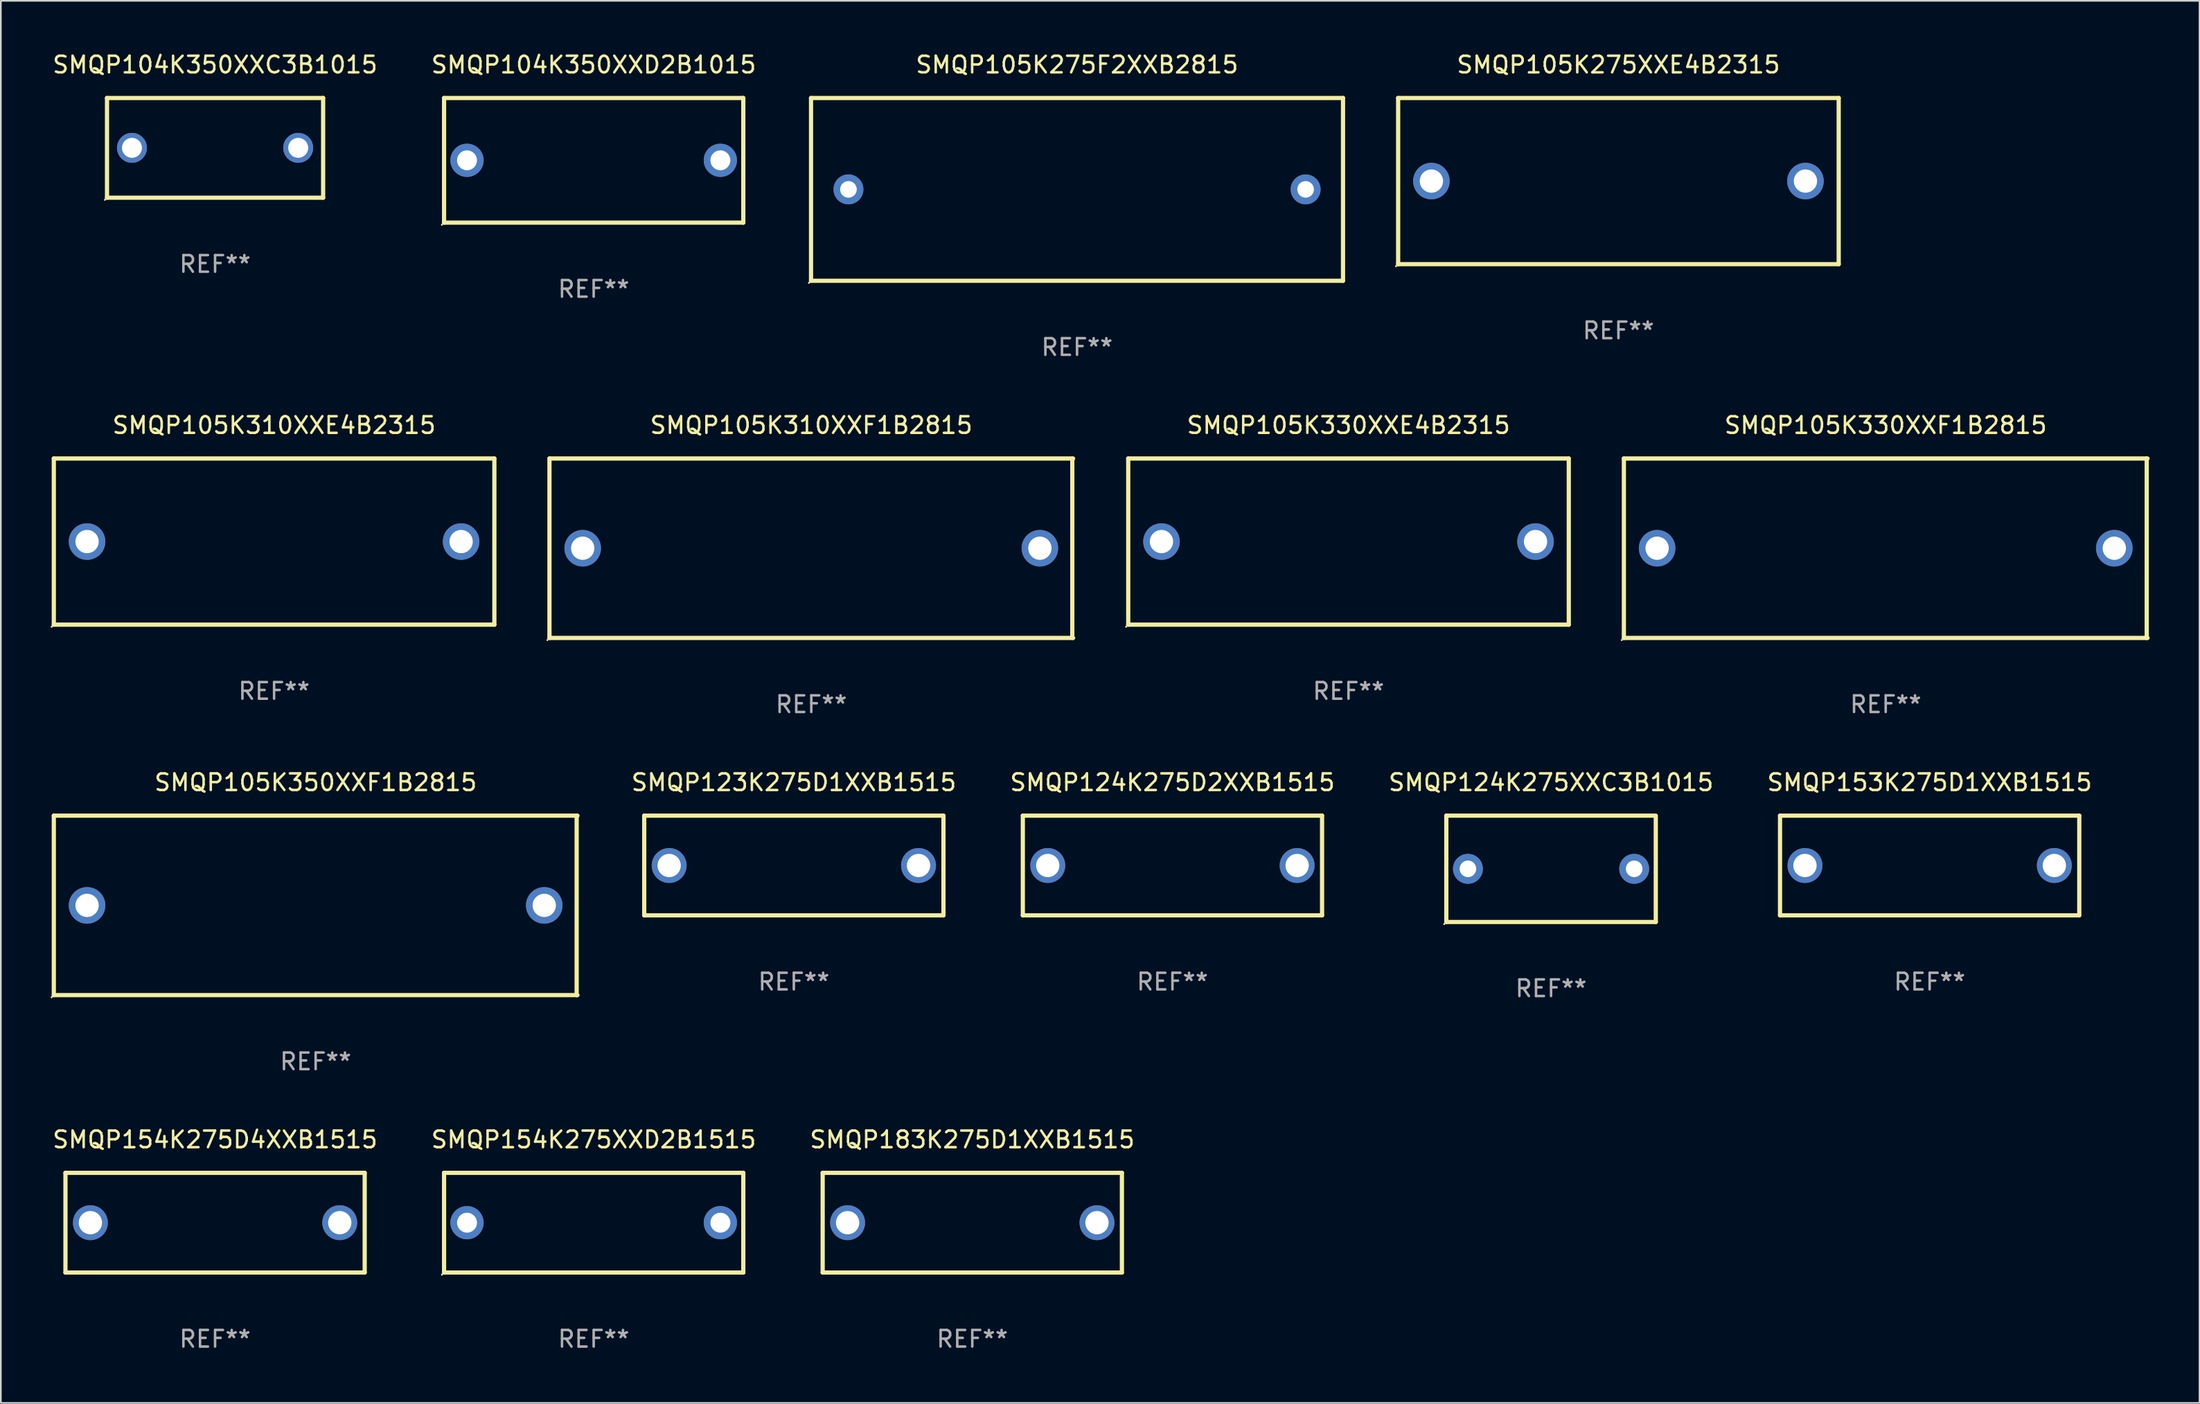
<source format=kicad_pcb>
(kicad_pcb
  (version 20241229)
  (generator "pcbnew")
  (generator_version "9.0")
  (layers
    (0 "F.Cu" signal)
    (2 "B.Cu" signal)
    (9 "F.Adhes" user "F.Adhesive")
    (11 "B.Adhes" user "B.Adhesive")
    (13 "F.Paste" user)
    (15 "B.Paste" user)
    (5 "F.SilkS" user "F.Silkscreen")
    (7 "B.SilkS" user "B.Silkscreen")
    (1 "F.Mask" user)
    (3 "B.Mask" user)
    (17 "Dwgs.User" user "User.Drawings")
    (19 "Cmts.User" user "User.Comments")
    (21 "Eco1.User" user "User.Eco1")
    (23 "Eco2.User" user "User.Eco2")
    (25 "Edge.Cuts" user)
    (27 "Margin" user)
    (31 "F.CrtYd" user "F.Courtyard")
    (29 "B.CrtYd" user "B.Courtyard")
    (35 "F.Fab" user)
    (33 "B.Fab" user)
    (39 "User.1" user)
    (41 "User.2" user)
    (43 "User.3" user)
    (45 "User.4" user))
  (footprint "SMQP154K275D4XXB1515"
    (layer "F.Cu")
    (at 9.887 70.538)
    (property "Reference" "SMQP154K275D4XXB1515" (at 0 -5 0) (layer "F.SilkS") (effects (font (size 1 1) (thickness 0.15))))
    (attr through_hole)
    (fp_line (start -9 -3) (end 9 -3) (stroke (width 0.254) (type solid)) (layer "F.SilkS"))
    (fp_line (start -9 3) (end -9 -3) (stroke (width 0.254) (type solid)) (layer "F.SilkS"))
    (fp_line (start 9 -3) (end 9 3) (stroke (width 0.254) (type solid)) (layer "F.SilkS"))
    (fp_line (start 9 3) (end -9 3) (stroke (width 0.254) (type solid)) (layer "F.SilkS"))
    (fp_circle (center -9 3) (end -8.97 3) (stroke (width 0.06) (type solid)) (fill no) (layer "F.SilkS"))
    (fp_text user "REF**" (at 0 7 0) (layer "F.Fab") (effects (font (size 1 1) (thickness 0.15))))
    (pad "1" thru_hole circle (at -7.5 0) (size 2.1 2.1) (drill 1.4) (layers "*.Cu" "*.Mask"))
    (pad "2" thru_hole circle (at 7.5 0) (size 2.1 2.1) (drill 1.4) (layers "*.Cu" "*.Mask")))
  (footprint "SMQP105K330XXF1B2815"
    (layer "F.Cu")
    (at 110.379 29.945)
    (property "Reference" "SMQP105K330XXF1B2815" (at 0 -7.4 0) (layer "F.SilkS") (effects (font (size 1 1) (thickness 0.15))))
    (attr through_hole)
    (fp_line (start -15.75 -5.4) (end 15.75 -5.4) (stroke (width 0.254) (type solid)) (layer "F.SilkS"))
    (fp_line (start -15.75 5.4) (end -15.75 -5.4) (stroke (width 0.254) (type solid)) (layer "F.SilkS"))
    (fp_line (start 15.7 -5.4) (end 15.7 5.4) (stroke (width 0.254) (type solid)) (layer "F.SilkS"))
    (fp_line (start 15.75 5.4) (end -15.75 5.4) (stroke (width 0.254) (type solid)) (layer "F.SilkS"))
    (fp_circle (center -15.877 5.527) (end -15.847 5.527) (stroke (width 0.06) (type solid)) (fill no) (layer "F.SilkS"))
    (fp_text user "REF**" (at 0 9.4 0) (layer "F.Fab") (effects (font (size 1 1) (thickness 0.15))))
    (pad "1" thru_hole circle (at -13.75 0) (size 2.2 2.2) (drill 1.4) (layers "*.Cu" "*.Mask"))
    (pad "2" thru_hole circle (at 13.75 0) (size 2.2 2.2) (drill 1.4) (layers "*.Cu" "*.Mask")))
  (footprint "SMQP124K275D2XXB1515"
    (layer "F.Cu")
    (at 67.475 49.041)
    (property "Reference" "SMQP124K275D2XXB1515" (at 0 -5 0) (layer "F.SilkS") (effects (font (size 1 1) (thickness 0.15))))
    (attr through_hole)
    (fp_line (start -9 -3) (end 9 -3) (stroke (width 0.254) (type solid)) (layer "F.SilkS"))
    (fp_line (start -9 3) (end -9 -3) (stroke (width 0.254) (type solid)) (layer "F.SilkS"))
    (fp_line (start 9 -3) (end 9 3) (stroke (width 0.254) (type solid)) (layer "F.SilkS"))
    (fp_line (start 9 3) (end -9 3) (stroke (width 0.254) (type solid)) (layer "F.SilkS"))
    (fp_circle (center -9 3) (end -8.97 3) (stroke (width 0.06) (type solid)) (fill no) (layer "F.SilkS"))
    (fp_text user "REF**" (at 0 7 0) (layer "F.Fab") (effects (font (size 1 1) (thickness 0.15))))
    (pad "1" thru_hole circle (at -7.5 0) (size 2.1 2.1) (drill 1.4) (layers "*.Cu" "*.Mask"))
    (pad "2" thru_hole circle (at 7.5 0) (size 2.1 2.1) (drill 1.4) (layers "*.Cu" "*.Mask")))
  (footprint "SMQP105K310XXE4B2315"
    (layer "F.Cu")
    (at 13.437 29.545)
    (property "Reference" "SMQP105K310XXE4B2315" (at 0 -7 0) (layer "F.SilkS") (effects (font (size 1 1) (thickness 0.15))))
    (attr through_hole)
    (fp_line (start -13.25 -5) (end 13.25 -5) (stroke (width 0.254) (type solid)) (layer "F.SilkS"))
    (fp_line (start -13.25 5) (end -13.25 -5) (stroke (width 0.254) (type solid)) (layer "F.SilkS"))
    (fp_line (start 13.25 -5) (end 13.25 5) (stroke (width 0.254) (type solid)) (layer "F.SilkS"))
    (fp_line (start 13.25 5) (end -13.25 5) (stroke (width 0.254) (type solid)) (layer "F.SilkS"))
    (fp_circle (center -13.377 5.127) (end -13.347 5.127) (stroke (width 0.06) (type solid)) (fill no) (layer "F.SilkS"))
    (fp_text user "REF**" (at 0 9 0) (layer "F.Fab") (effects (font (size 1 1) (thickness 0.15))))
    (pad "1" thru_hole circle (at -11.25 0) (size 2.2 2.2) (drill 1.4) (layers "*.Cu" "*.Mask"))
    (pad "2" thru_hole circle (at 11.25 0) (size 2.2 2.2) (drill 1.4) (layers "*.Cu" "*.Mask")))
  (footprint "SMQP104K350XXC3B1015"
    (layer "F.Cu")
    (at 9.887 5.848)
    (property "Reference" "SMQP104K350XXC3B1015" (at 0 -5 0) (layer "F.SilkS") (effects (font (size 1 1) (thickness 0.15))))
    (attr through_hole)
    (fp_line (start -6.5 -3) (end 6.5 -3) (stroke (width 0.254) (type solid)) (layer "F.SilkS"))
    (fp_line (start -6.5 3) (end -6.5 -3) (stroke (width 0.254) (type solid)) (layer "F.SilkS"))
    (fp_line (start -6.5 3) (end 6.5 3) (stroke (width 0.254) (type solid)) (layer "F.SilkS"))
    (fp_line (start 6.5 -3) (end 6.5 3) (stroke (width 0.254) (type solid)) (layer "F.SilkS"))
    (fp_circle (center -6.627 3.127) (end -6.597 3.127) (stroke (width 0.06) (type solid)) (fill no) (layer "F.SilkS"))
    (fp_text user "REF**" (at 0 7 0) (layer "F.Fab") (effects (font (size 1 1) (thickness 0.15))))
    (pad "1" thru_hole circle (at -5 0) (size 1.8 1.8) (drill 1.2) (layers "*.Cu" "*.Mask"))
    (pad "2" thru_hole circle (at 5 0) (size 1.8 1.8) (drill 1.2) (layers "*.Cu" "*.Mask")))
  (footprint "SMQP123K275D1XXB1515"
    (layer "F.Cu")
    (at 44.701 49.041)
    (property "Reference" "SMQP123K275D1XXB1515" (at 0 -5 0) (layer "F.SilkS") (effects (font (size 1 1) (thickness 0.15))))
    (attr through_hole)
    (fp_line (start -9 -3) (end 9 -3) (stroke (width 0.254) (type solid)) (layer "F.SilkS"))
    (fp_line (start -9 3) (end -9 -3) (stroke (width 0.254) (type solid)) (layer "F.SilkS"))
    (fp_line (start 9 -3) (end 9 3) (stroke (width 0.254) (type solid)) (layer "F.SilkS"))
    (fp_line (start 9 3) (end -9 3) (stroke (width 0.254) (type solid)) (layer "F.SilkS"))
    (fp_circle (center -9 3) (end -8.97 3) (stroke (width 0.06) (type solid)) (fill no) (layer "F.SilkS"))
    (fp_text user "REF**" (at 0 7 0) (layer "F.Fab") (effects (font (size 1 1) (thickness 0.15))))
    (pad "1" thru_hole circle (at -7.5 0) (size 2.1 2.1) (drill 1.4) (layers "*.Cu" "*.Mask"))
    (pad "2" thru_hole circle (at 7.5 0) (size 2.1 2.1) (drill 1.4) (layers "*.Cu" "*.Mask")))
  (footprint "SMQP153K275D1XXB1515"
    (layer "F.Cu")
    (at 113.022 49.041)
    (property "Reference" "SMQP153K275D1XXB1515" (at 0 -5 0) (layer "F.SilkS") (effects (font (size 1 1) (thickness 0.15))))
    (attr through_hole)
    (fp_line (start -9 -3) (end 9 -3) (stroke (width 0.254) (type solid)) (layer "F.SilkS"))
    (fp_line (start -9 3) (end -9 -3) (stroke (width 0.254) (type solid)) (layer "F.SilkS"))
    (fp_line (start 9 -3) (end 9 3) (stroke (width 0.254) (type solid)) (layer "F.SilkS"))
    (fp_line (start 9 3) (end -9 3) (stroke (width 0.254) (type solid)) (layer "F.SilkS"))
    (fp_circle (center -9 3) (end -8.97 3) (stroke (width 0.06) (type solid)) (fill no) (layer "F.SilkS"))
    (fp_text user "REF**" (at 0 7 0) (layer "F.Fab") (effects (font (size 1 1) (thickness 0.15))))
    (pad "1" thru_hole circle (at -7.5 0) (size 2.1 2.1) (drill 1.4) (layers "*.Cu" "*.Mask"))
    (pad "2" thru_hole circle (at 7.5 0) (size 2.1 2.1) (drill 1.4) (layers "*.Cu" "*.Mask")))
  (footprint "SMQP105K275XXE4B2315"
    (layer "F.Cu")
    (at 94.301 7.848)
    (property "Reference" "SMQP105K275XXE4B2315" (at 0 -7 0) (layer "F.SilkS") (effects (font (size 1 1) (thickness 0.15))))
    (attr through_hole)
    (fp_line (start -13.25 -5) (end 13.25 -5) (stroke (width 0.254) (type solid)) (layer "F.SilkS"))
    (fp_line (start -13.25 5) (end -13.25 -5) (stroke (width 0.254) (type solid)) (layer "F.SilkS"))
    (fp_line (start 13.25 -5) (end 13.25 5) (stroke (width 0.254) (type solid)) (layer "F.SilkS"))
    (fp_line (start 13.25 5) (end -13.25 5) (stroke (width 0.254) (type solid)) (layer "F.SilkS"))
    (fp_circle (center -13.377 5.127) (end -13.347 5.127) (stroke (width 0.06) (type solid)) (fill no) (layer "F.SilkS"))
    (fp_text user "REF**" (at 0 9 0) (layer "F.Fab") (effects (font (size 1 1) (thickness 0.15))))
    (pad "1" thru_hole circle (at -11.25 0) (size 2.2 2.2) (drill 1.4) (layers "*.Cu" "*.Mask"))
    (pad "2" thru_hole circle (at 11.25 0) (size 2.2 2.2) (drill 1.4) (layers "*.Cu" "*.Mask")))
  (footprint "SMQP105K330XXE4B2315"
    (layer "F.Cu")
    (at 78.065 29.545)
    (property "Reference" "SMQP105K330XXE4B2315" (at 0 -7 0) (layer "F.SilkS") (effects (font (size 1 1) (thickness 0.15))))
    (attr through_hole)
    (fp_line (start -13.25 -5) (end 13.25 -5) (stroke (width 0.254) (type solid)) (layer "F.SilkS"))
    (fp_line (start -13.25 5) (end -13.25 -5) (stroke (width 0.254) (type solid)) (layer "F.SilkS"))
    (fp_line (start 13.25 -5) (end 13.25 5) (stroke (width 0.254) (type solid)) (layer "F.SilkS"))
    (fp_line (start 13.25 5) (end -13.25 5) (stroke (width 0.254) (type solid)) (layer "F.SilkS"))
    (fp_circle (center -13.377 5.127) (end -13.347 5.127) (stroke (width 0.06) (type solid)) (fill no) (layer "F.SilkS"))
    (fp_text user "REF**" (at 0 9 0) (layer "F.Fab") (effects (font (size 1 1) (thickness 0.15))))
    (pad "1" thru_hole circle (at -11.25 0) (size 2.2 2.2) (drill 1.4) (layers "*.Cu" "*.Mask"))
    (pad "2" thru_hole circle (at 11.25 0) (size 2.2 2.2) (drill 1.4) (layers "*.Cu" "*.Mask")))
  (footprint "SMQP105K350XXF1B2815"
    (layer "F.Cu")
    (at 15.937 51.441)
    (property "Reference" "SMQP105K350XXF1B2815" (at 0 -7.4 0) (layer "F.SilkS") (effects (font (size 1 1) (thickness 0.15))))
    (attr through_hole)
    (fp_line (start -15.75 -5.4) (end 15.75 -5.4) (stroke (width 0.254) (type solid)) (layer "F.SilkS"))
    (fp_line (start -15.75 5.4) (end -15.75 -5.4) (stroke (width 0.254) (type solid)) (layer "F.SilkS"))
    (fp_line (start 15.7 -5.4) (end 15.7 5.4) (stroke (width 0.254) (type solid)) (layer "F.SilkS"))
    (fp_line (start 15.75 5.4) (end -15.75 5.4) (stroke (width 0.254) (type solid)) (layer "F.SilkS"))
    (fp_circle (center -15.877 5.527) (end -15.847 5.527) (stroke (width 0.06) (type solid)) (fill no) (layer "F.SilkS"))
    (fp_text user "REF**" (at 0 9.4 0) (layer "F.Fab") (effects (font (size 1 1) (thickness 0.15))))
    (pad "1" thru_hole circle (at -13.75 0) (size 2.2 2.2) (drill 1.4) (layers "*.Cu" "*.Mask"))
    (pad "2" thru_hole circle (at 13.75 0) (size 2.2 2.2) (drill 1.4) (layers "*.Cu" "*.Mask")))
  (footprint "SMQP183K275D1XXB1515"
    (layer "F.Cu")
    (at 55.435 70.538)
    (property "Reference" "SMQP183K275D1XXB1515" (at 0 -5 0) (layer "F.SilkS") (effects (font (size 1 1) (thickness 0.15))))
    (attr through_hole)
    (fp_line (start -9 -3) (end 9 -3) (stroke (width 0.254) (type solid)) (layer "F.SilkS"))
    (fp_line (start -9 3) (end -9 -3) (stroke (width 0.254) (type solid)) (layer "F.SilkS"))
    (fp_line (start 9 -3) (end 9 3) (stroke (width 0.254) (type solid)) (layer "F.SilkS"))
    (fp_line (start 9 3) (end -9 3) (stroke (width 0.254) (type solid)) (layer "F.SilkS"))
    (fp_circle (center -9 3) (end -8.97 3) (stroke (width 0.06) (type solid)) (fill no) (layer "F.SilkS"))
    (fp_text user "REF**" (at 0 7 0) (layer "F.Fab") (effects (font (size 1 1) (thickness 0.15))))
    (pad "1" thru_hole circle (at -7.5 0) (size 2.1 2.1) (drill 1.4) (layers "*.Cu" "*.Mask"))
    (pad "2" thru_hole circle (at 7.5 0) (size 2.1 2.1) (drill 1.4) (layers "*.Cu" "*.Mask")))
  (footprint "SMQP124K275XXC3B1015"
    (layer "F.Cu")
    (at 90.249 49.241)
    (property "Reference" "SMQP124K275XXC3B1015" (at 0 -5.2 0) (layer "F.SilkS") (effects (font (size 1 1) (thickness 0.15))))
    (attr through_hole)
    (fp_line (start -6.3 3.2) (end 6.3 3.2) (stroke (width 0.254) (type solid)) (layer "F.SilkS"))
    (fp_line (start -6.3 -3.2) (end -6.3 3.2) (stroke (width 0.254) (type solid)) (layer "F.SilkS"))
    (fp_line (start -6.3 -3.2) (end 6.223 -3.2) (stroke (width 0.254) (type solid)) (layer "F.SilkS"))
    (fp_line (start 6.3 -3.2) (end 6.3 3.2) (stroke (width 0.254) (type solid)) (layer "F.SilkS"))
    (fp_circle (center -6.427 3.327) (end -6.397 3.327) (stroke (width 0.06) (type solid)) (fill no) (layer "F.SilkS"))
    (fp_text user "REF**" (at 0 7.2 0) (layer "F.Fab") (effects (font (size 1 1) (thickness 0.15))))
    (pad "1" thru_hole circle (at -5 0) (size 1.8 1.8) (drill 1) (layers "*.Cu" "*.Mask"))
    (pad "2" thru_hole circle (at 5 0) (size 1.8 1.8) (drill 1) (layers "*.Cu" "*.Mask")))
  (footprint "SMQP105K275F2XXB2815"
    (layer "F.Cu")
    (at 61.736 8.348)
    (property "Reference" "SMQP105K275F2XXB2815" (at 0 -7.5 0) (layer "F.SilkS") (effects (font (size 1 1) (thickness 0.15))))
    (attr through_hole)
    (fp_line (start -16.001 -5.5) (end -16.001 5.5) (stroke (width 0.254) (type solid)) (layer "F.SilkS"))
    (fp_line (start -16.001 -5.5) (end 16.001 -5.5) (stroke (width 0.254) (type solid)) (layer "F.SilkS"))
    (fp_line (start -16.001 5.5) (end 15.999 5.5) (stroke (width 0.254) (type solid)) (layer "F.SilkS"))
    (fp_line (start 15.999 -5.5) (end 15.999 5.5) (stroke (width 0.254) (type solid)) (layer "F.SilkS"))
    (fp_circle (center -16.128 5.627) (end -16.098 5.627) (stroke (width 0.06) (type solid)) (fill no) (layer "F.SilkS"))
    (fp_text user "REF**" (at 0 9.5 0) (layer "F.Fab") (effects (font (size 1 1) (thickness 0.15))))
    (pad "1" thru_hole circle (at -13.751 0) (size 1.8 1.8) (drill 1) (layers "*.Cu" "*.Mask"))
    (pad "2" thru_hole circle (at 13.749 0) (size 1.8 1.8) (drill 1) (layers "*.Cu" "*.Mask")))
  (footprint "SMQP104K350XXD2B1015"
    (layer "F.Cu")
    (at 32.661 6.598)
    (property "Reference" "SMQP104K350XXD2B1015" (at 0 -5.75 0) (layer "F.SilkS") (effects (font (size 1 1) (thickness 0.15))))
    (attr through_hole)
    (fp_line (start -9 -3.75) (end 9 -3.75) (stroke (width 0.254) (type solid)) (layer "F.SilkS"))
    (fp_line (start -9 3.75) (end -9 -3.75) (stroke (width 0.254) (type solid)) (layer "F.SilkS"))
    (fp_line (start 9 -3.75) (end 9 3.75) (stroke (width 0.254) (type solid)) (layer "F.SilkS"))
    (fp_line (start 9 3.75) (end -9 3.75) (stroke (width 0.254) (type solid)) (layer "F.SilkS"))
    (fp_circle (center -9.127 3.877) (end -9.097 3.877) (stroke (width 0.06) (type solid)) (fill no) (layer "F.SilkS"))
    (fp_text user "REF**" (at 0 7.75 0) (layer "F.Fab") (effects (font (size 1 1) (thickness 0.15))))
    (pad "1" thru_hole circle (at -7.62 0) (size 2 2) (drill 1.2) (layers "*.Cu" "*.Mask"))
    (pad "2" thru_hole circle (at 7.62 0) (size 2 2) (drill 1.2) (layers "*.Cu" "*.Mask")))
  (footprint "SMQP105K310XXF1B2815"
    (layer "F.Cu")
    (at 45.751 29.945)
    (property "Reference" "SMQP105K310XXF1B2815" (at 0 -7.4 0) (layer "F.SilkS") (effects (font (size 1 1) (thickness 0.15))))
    (attr through_hole)
    (fp_line (start -15.75 -5.4) (end 15.75 -5.4) (stroke (width 0.254) (type solid)) (layer "F.SilkS"))
    (fp_line (start -15.75 5.4) (end -15.75 -5.4) (stroke (width 0.254) (type solid)) (layer "F.SilkS"))
    (fp_line (start 15.7 -5.4) (end 15.7 5.4) (stroke (width 0.254) (type solid)) (layer "F.SilkS"))
    (fp_line (start 15.75 5.4) (end -15.75 5.4) (stroke (width 0.254) (type solid)) (layer "F.SilkS"))
    (fp_circle (center -15.877 5.527) (end -15.847 5.527) (stroke (width 0.06) (type solid)) (fill no) (layer "F.SilkS"))
    (fp_text user "REF**" (at 0 9.4 0) (layer "F.Fab") (effects (font (size 1 1) (thickness 0.15))))
    (pad "1" thru_hole circle (at -13.75 0) (size 2.2 2.2) (drill 1.4) (layers "*.Cu" "*.Mask"))
    (pad "2" thru_hole circle (at 13.75 0) (size 2.2 2.2) (drill 1.4) (layers "*.Cu" "*.Mask")))
  (footprint "SMQP154K275XXD2B1515"
    (layer "F.Cu")
    (at 32.661 70.538)
    (property "Reference" "SMQP154K275XXD2B1515" (at 0 -5 0) (layer "F.SilkS") (effects (font (size 1 1) (thickness 0.15))))
    (attr through_hole)
    (fp_line (start -9 -3) (end 9 -3) (stroke (width 0.254) (type solid)) (layer "F.SilkS"))
    (fp_line (start -9 3) (end -9 -3) (stroke (width 0.254) (type solid)) (layer "F.SilkS"))
    (fp_line (start 9 -3) (end 9 3) (stroke (width 0.254) (type solid)) (layer "F.SilkS"))
    (fp_line (start 9 3) (end -9 3) (stroke (width 0.254) (type solid)) (layer "F.SilkS"))
    (fp_circle (center -9.127 3.127) (end -9.097 3.127) (stroke (width 0.06) (type solid)) (fill no) (layer "F.SilkS"))
    (fp_text user "REF**" (at 0 7 0) (layer "F.Fab") (effects (font (size 1 1) (thickness 0.15))))
    (pad "1" thru_hole circle (at -7.62 0) (size 2 2) (drill 1.2) (layers "*.Cu" "*.Mask"))
    (pad "2" thru_hole circle (at 7.62 0) (size 2 2) (drill 1.2) (layers "*.Cu" "*.Mask")))
  (gr_rect
    (start -3 -3)
    (end 129.256 81.386)
    (stroke (width 0.1) (type default))
    (fill no)
    (layer "Edge.Cuts")))
</source>
